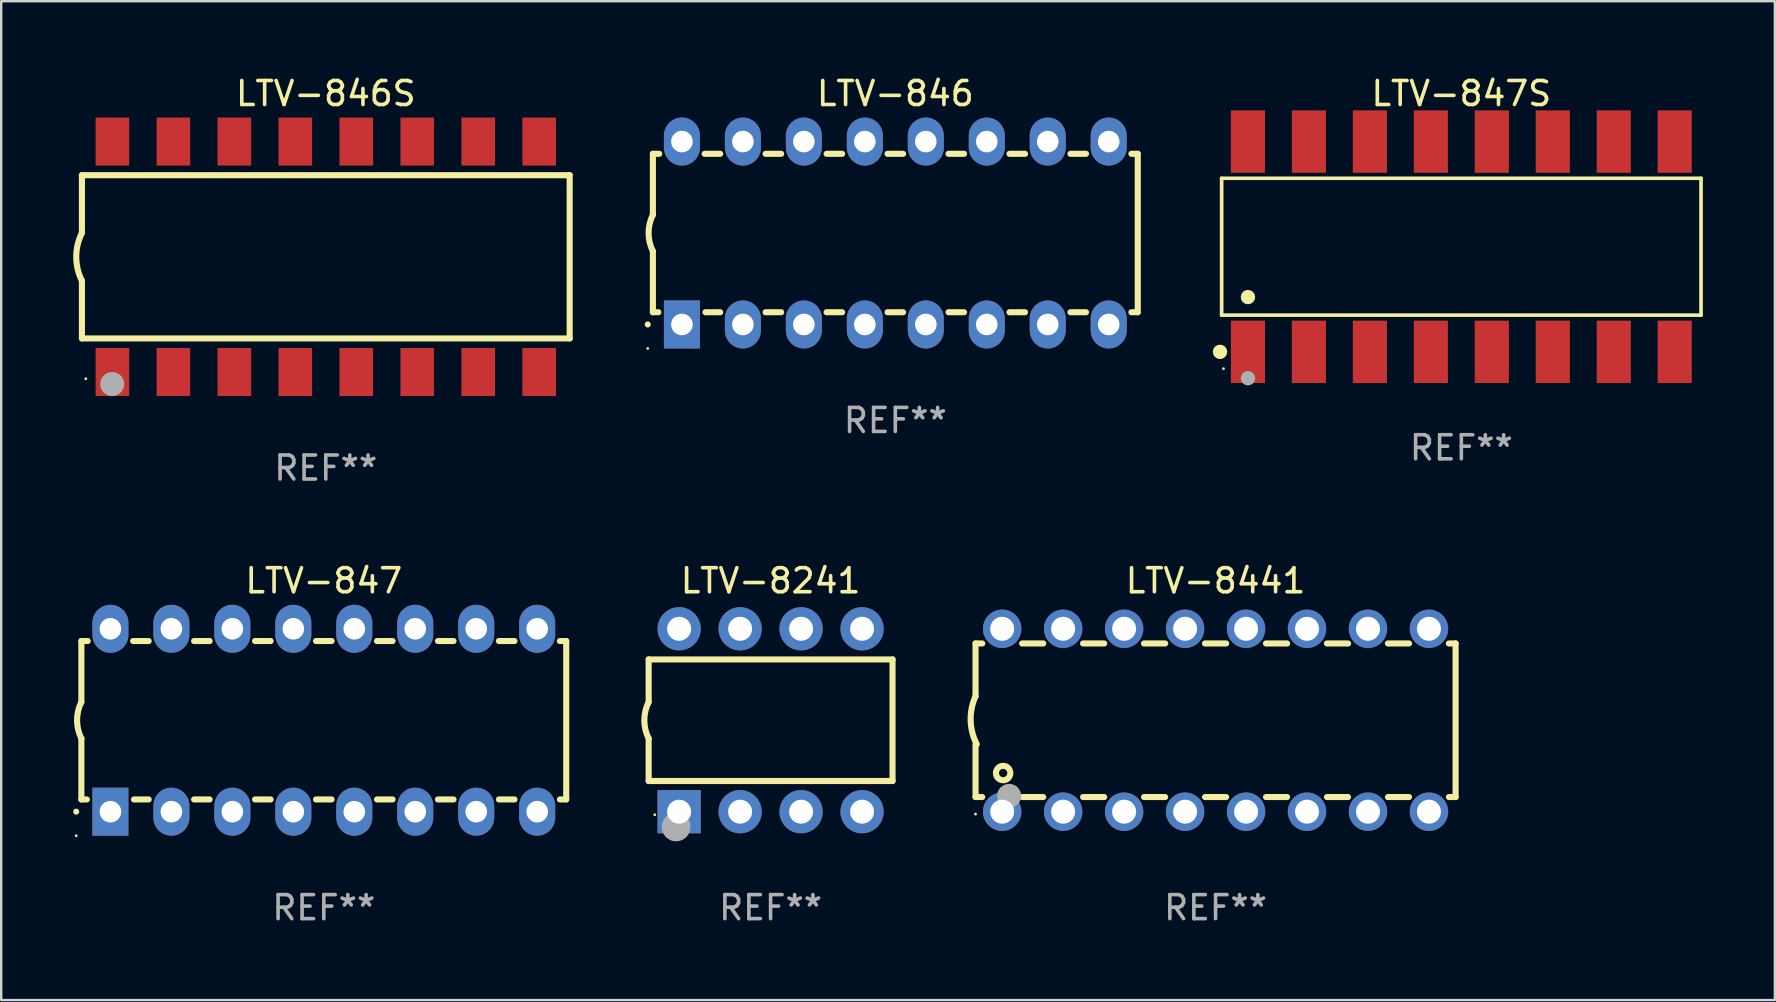
<source format=kicad_pcb>
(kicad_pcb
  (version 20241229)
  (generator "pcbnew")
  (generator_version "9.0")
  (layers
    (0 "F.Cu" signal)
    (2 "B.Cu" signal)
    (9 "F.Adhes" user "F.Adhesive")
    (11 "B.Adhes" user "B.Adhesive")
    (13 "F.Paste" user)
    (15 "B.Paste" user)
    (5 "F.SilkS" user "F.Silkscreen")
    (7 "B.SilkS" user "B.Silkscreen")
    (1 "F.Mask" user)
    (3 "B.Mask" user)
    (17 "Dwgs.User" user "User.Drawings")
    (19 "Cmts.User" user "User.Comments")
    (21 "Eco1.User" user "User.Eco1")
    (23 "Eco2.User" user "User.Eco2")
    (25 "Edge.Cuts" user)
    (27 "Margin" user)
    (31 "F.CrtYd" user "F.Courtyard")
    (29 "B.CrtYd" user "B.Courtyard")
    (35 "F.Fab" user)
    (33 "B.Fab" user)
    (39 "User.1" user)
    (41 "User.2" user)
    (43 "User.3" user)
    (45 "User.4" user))
  (footprint "LTV-8241"
    (layer "F.Cu")
    (at 29.054 26.956)
    (property "Reference" "LTV-8241" (at 0 -5.81 0) (layer "F.SilkS") (effects (font (size 1 1) (thickness 0.15))))
    (attr through_hole)
    (fp_line (start -5.08 -2.534) (end 5.08 -2.534) (stroke (width 0.254) (type solid)) (layer "F.SilkS"))
    (fp_line (start -5.08 -0.762) (end -5.08 -2.534) (stroke (width 0.254) (type solid)) (layer "F.SilkS"))
    (fp_line (start -5.08 2.531) (end -5.08 0.762) (stroke (width 0.254) (type solid)) (layer "F.SilkS"))
    (fp_line (start -5.08 2.531) (end 5.08 2.531) (stroke (width 0.254) (type solid)) (layer "F.SilkS"))
    (fp_line (start 5.08 2.531) (end 5.08 -2.534) (stroke (width 0.254) (type solid)) (layer "F.SilkS"))
    (fp_arc (start -5.08001 0.762001) (mid -5.259894 0) (end -5.08001 -0.762002) (stroke (width 0.254001) (type solid)) (layer "F.SilkS"))
    (fp_circle (center -4.826 3.937) (end -4.796 3.937) (stroke (width 0.06) (type solid)) (fill no) (layer "F.SilkS"))
    (fp_circle (center -3.937 4.445) (end -3.637 4.445) (stroke (width 0.6) (type solid)) (fill no) (layer "F.Fab"))
    (fp_text user "REF**" (at 0 7.81 0) (layer "F.Fab") (effects (font (size 1 1) (thickness 0.15))))
    (pad "1" thru_hole rect (at -3.81 3.81) (size 1.8 1.8) (drill 1) (layers "*.Cu" "*.Mask"))
    (pad "2" thru_hole circle (at -1.27 3.81) (size 1.8 1.8) (drill 1) (layers "*.Cu" "*.Mask"))
    (pad "3" thru_hole circle (at 1.27 3.81) (size 1.8 1.8) (drill 1) (layers "*.Cu" "*.Mask"))
    (pad "4" thru_hole circle (at 3.81 3.81) (size 1.8 1.8) (drill 1) (layers "*.Cu" "*.Mask"))
    (pad "5" thru_hole circle (at 3.81 -3.81) (size 1.8 1.8) (drill 1) (layers "*.Cu" "*.Mask"))
    (pad "6" thru_hole circle (at 1.27 -3.81) (size 1.8 1.8) (drill 1) (layers "*.Cu" "*.Mask"))
    (pad "7" thru_hole circle (at -1.27 -3.81) (size 1.8 1.8) (drill 1) (layers "*.Cu" "*.Mask"))
    (pad "8" thru_hole circle (at -3.81 -3.81) (size 1.8 1.8) (drill 1) (layers "*.Cu" "*.Mask")))
  (footprint "LTV-8441"
    (layer "F.Cu")
    (at 47.592 26.956)
    (property "Reference" "LTV-8441" (at 0 -5.81 0) (layer "F.SilkS") (effects (font (size 1 1) (thickness 0.15))))
    (attr through_hole)
    (fp_line (start -10 -3.198) (end -9.719 -3.198) (stroke (width 0.254) (type solid)) (layer "F.SilkS"))
    (fp_line (start -10 -0.998) (end -10 -3.198) (stroke (width 0.254) (type solid)) (layer "F.SilkS"))
    (fp_line (start -10 3.2) (end -10 1) (stroke (width 0.254) (type solid)) (layer "F.SilkS"))
    (fp_line (start -10 3.2) (end -9.721 3.2) (stroke (width 0.254) (type solid)) (layer "F.SilkS"))
    (fp_line (start -8.061 -3.198) (end -7.179 -3.198) (stroke (width 0.254) (type solid)) (layer "F.SilkS"))
    (fp_line (start -8.059 3.2) (end -7.181 3.2) (stroke (width 0.254) (type solid)) (layer "F.SilkS"))
    (fp_line (start -5.521 -3.198) (end -4.639 -3.198) (stroke (width 0.254) (type solid)) (layer "F.SilkS"))
    (fp_line (start -5.519 3.2) (end -4.641 3.2) (stroke (width 0.254) (type solid)) (layer "F.SilkS"))
    (fp_line (start -2.981 -3.198) (end -2.099 -3.198) (stroke (width 0.254) (type solid)) (layer "F.SilkS"))
    (fp_line (start -2.979 3.2) (end -2.101 3.2) (stroke (width 0.254) (type solid)) (layer "F.SilkS"))
    (fp_line (start -0.441 -3.198) (end 0.441 -3.198) (stroke (width 0.254) (type solid)) (layer "F.SilkS"))
    (fp_line (start -0.439 3.2) (end 0.439 3.2) (stroke (width 0.254) (type solid)) (layer "F.SilkS"))
    (fp_line (start 2.099 -3.198) (end 2.981 -3.198) (stroke (width 0.254) (type solid)) (layer "F.SilkS"))
    (fp_line (start 2.101 3.2) (end 2.979 3.2) (stroke (width 0.254) (type solid)) (layer "F.SilkS"))
    (fp_line (start 4.639 -3.198) (end 5.521 -3.198) (stroke (width 0.254) (type solid)) (layer "F.SilkS"))
    (fp_line (start 4.641 3.2) (end 5.519 3.2) (stroke (width 0.254) (type solid)) (layer "F.SilkS"))
    (fp_line (start 7.179 -3.198) (end 8.061 -3.198) (stroke (width 0.254) (type solid)) (layer "F.SilkS"))
    (fp_line (start 7.181 3.2) (end 8.059 3.2) (stroke (width 0.254) (type solid)) (layer "F.SilkS"))
    (fp_line (start 9.719 -3.198) (end 10 -3.198) (stroke (width 0.254) (type solid)) (layer "F.SilkS"))
    (fp_line (start 9.721 3.2) (end 10 3.2) (stroke (width 0.254) (type solid)) (layer "F.SilkS"))
    (fp_line (start 10 3.2) (end 10 -3.2) (stroke (width 0.254) (type solid)) (layer "F.SilkS"))
    (fp_arc (start -9.949962 1) (mid -10.203153 0.005709) (end -10 -1) (stroke (width 0.254001) (type solid)) (layer "F.SilkS"))
    (fp_circle (center -10 3.91) (end -9.97 3.91) (stroke (width 0.06) (type solid)) (fill no) (layer "F.SilkS"))
    (fp_circle (center -8.85 2.2) (end -8.55 2.2) (stroke (width 0.254) (type solid)) (fill no) (layer "F.SilkS"))
    (fp_circle (center -8.6 3.15) (end -8.35 3.15) (stroke (width 0.5) (type solid)) (fill no) (layer "F.Fab"))
    (fp_text user "REF**" (at 0 7.81 0) (layer "F.Fab") (effects (font (size 1 1) (thickness 0.15))))
    (pad "1" thru_hole circle (at -8.89 3.81) (size 1.6 1.6) (drill 1) (layers "*.Cu" "*.Mask"))
    (pad "2" thru_hole circle (at -6.35 3.81) (size 1.6 1.6) (drill 1) (layers "*.Cu" "*.Mask"))
    (pad "3" thru_hole circle (at -3.81 3.81) (size 1.6 1.6) (drill 1) (layers "*.Cu" "*.Mask"))
    (pad "4" thru_hole circle (at -1.27 3.81) (size 1.6 1.6) (drill 1) (layers "*.Cu" "*.Mask"))
    (pad "5" thru_hole circle (at 1.27 3.81) (size 1.6 1.6) (drill 1) (layers "*.Cu" "*.Mask"))
    (pad "6" thru_hole circle (at 3.81 3.81) (size 1.6 1.6) (drill 1) (layers "*.Cu" "*.Mask"))
    (pad "7" thru_hole circle (at 6.35 3.81) (size 1.6 1.6) (drill 1) (layers "*.Cu" "*.Mask"))
    (pad "8" thru_hole circle (at 8.89 3.81) (size 1.6 1.6) (drill 1) (layers "*.Cu" "*.Mask"))
    (pad "9" thru_hole circle (at 8.89 -3.81) (size 1.6 1.6) (drill 1) (layers "*.Cu" "*.Mask"))
    (pad "10" thru_hole circle (at 6.35 -3.81) (size 1.6 1.6) (drill 1) (layers "*.Cu" "*.Mask"))
    (pad "11" thru_hole circle (at 3.81 -3.81) (size 1.6 1.6) (drill 1) (layers "*.Cu" "*.Mask"))
    (pad "12" thru_hole circle (at 1.27 -3.81) (size 1.6 1.6) (drill 1) (layers "*.Cu" "*.Mask"))
    (pad "13" thru_hole circle (at -1.27 -3.81) (size 1.6 1.6) (drill 1) (layers "*.Cu" "*.Mask"))
    (pad "14" thru_hole circle (at -3.81 -3.81) (size 1.6 1.6) (drill 1) (layers "*.Cu" "*.Mask"))
    (pad "15" thru_hole circle (at -6.35 -3.81) (size 1.6 1.6) (drill 1) (layers "*.Cu" "*.Mask"))
    (pad "16" thru_hole circle (at -8.89 -3.81) (size 1.6 1.6) (drill 1) (layers "*.Cu" "*.Mask")))
  (footprint "LTV-847S"
    (layer "F.Cu")
    (at 57.831 7.228)
    (property "Reference" "LTV-847S" (at 0 -6.38 0) (layer "F.SilkS") (effects (font (size 1 1) (thickness 0.15))))
    (attr through_hole)
    (fp_line (start -9.986 -2.851) (end 9.986 -2.851) (stroke (width 0.152) (type solid)) (layer "F.SilkS"))
    (fp_line (start -9.986 2.851) (end -9.986 -2.851) (stroke (width 0.152) (type solid)) (layer "F.SilkS"))
    (fp_line (start 9.986 -2.851) (end 9.986 2.851) (stroke (width 0.152) (type solid)) (layer "F.SilkS"))
    (fp_line (start 9.986 2.851) (end -9.986 2.851) (stroke (width 0.152) (type solid)) (layer "F.SilkS"))
    (fp_circle (center -10.054 4.38) (end -9.903 4.38) (stroke (width 0.3) (type solid)) (fill no) (layer "F.SilkS"))
    (fp_circle (center -9.91 5.08) (end -9.88 5.08) (stroke (width 0.06) (type solid)) (fill no) (layer "F.SilkS"))
    (fp_circle (center -8.89 2.099) (end -8.74 2.099) (stroke (width 0.3) (type solid)) (fill no) (layer "F.SilkS"))
    (fp_circle (center -8.89 5.48) (end -8.74 5.48) (stroke (width 0.3) (type solid)) (fill no) (layer "F.Fab"))
    (fp_text user "REF**" (at 0 8.38 0) (layer "F.Fab") (effects (font (size 1 1) (thickness 0.15))))
    (pad "1" smd rect (at -8.89 4.38) (size 1.422 2.6) (layers "F.Cu" "F.Mask" "F.Paste"))
    (pad "2" smd rect (at -6.35 4.38) (size 1.422 2.6) (layers "F.Cu" "F.Mask" "F.Paste"))
    (pad "3" smd rect (at -3.81 4.38) (size 1.422 2.6) (layers "F.Cu" "F.Mask" "F.Paste"))
    (pad "4" smd rect (at -1.27 4.38) (size 1.422 2.6) (layers "F.Cu" "F.Mask" "F.Paste"))
    (pad "5" smd rect (at 1.27 4.38) (size 1.422 2.6) (layers "F.Cu" "F.Mask" "F.Paste"))
    (pad "6" smd rect (at 3.81 4.38) (size 1.422 2.6) (layers "F.Cu" "F.Mask" "F.Paste"))
    (pad "7" smd rect (at 6.35 4.38) (size 1.422 2.6) (layers "F.Cu" "F.Mask" "F.Paste"))
    (pad "8" smd rect (at 8.89 4.38) (size 1.422 2.6) (layers "F.Cu" "F.Mask" "F.Paste"))
    (pad "9" smd rect (at 8.89 -4.38) (size 1.422 2.6) (layers "F.Cu" "F.Mask" "F.Paste"))
    (pad "10" smd rect (at 6.35 -4.38) (size 1.422 2.6) (layers "F.Cu" "F.Mask" "F.Paste"))
    (pad "11" smd rect (at 3.81 -4.38) (size 1.422 2.6) (layers "F.Cu" "F.Mask" "F.Paste"))
    (pad "12" smd rect (at 1.27 -4.38) (size 1.422 2.6) (layers "F.Cu" "F.Mask" "F.Paste"))
    (pad "13" smd rect (at -1.27 -4.38) (size 1.422 2.6) (layers "F.Cu" "F.Mask" "F.Paste"))
    (pad "14" smd rect (at -3.81 -4.38) (size 1.422 2.6) (layers "F.Cu" "F.Mask" "F.Paste"))
    (pad "15" smd rect (at -6.35 -4.38) (size 1.422 2.6) (layers "F.Cu" "F.Mask" "F.Paste"))
    (pad "16" smd rect (at -8.89 -4.38) (size 1.422 2.6) (layers "F.Cu" "F.Mask" "F.Paste")))
  (footprint "LTV-846S"
    (layer "F.Cu")
    (at 10.523 7.649)
    (property "Reference" "LTV-846S" (at 0 -6.801 0) (layer "F.SilkS") (effects (font (size 1 1) (thickness 0.15))))
    (attr through_hole)
    (fp_line (start -10.16 -3.4) (end -10.16 -1) (stroke (width 0.254) (type solid)) (layer "F.SilkS"))
    (fp_line (start -10.16 3.4) (end -10.16 1) (stroke (width 0.254) (type solid)) (layer "F.SilkS"))
    (fp_line (start 10.16 -3.4) (end -10.16 -3.4) (stroke (width 0.254) (type solid)) (layer "F.SilkS"))
    (fp_line (start 10.16 -3.4) (end 10.16 3.4) (stroke (width 0.254) (type solid)) (layer "F.SilkS"))
    (fp_line (start 10.16 3.4) (end -10.16 3.4) (stroke (width 0.254) (type solid)) (layer "F.SilkS"))
    (fp_arc (start -10.16002 1.000762) (mid -10.396178 0.000381) (end -10.16002 -1) (stroke (width 0.254001) (type solid)) (layer "F.SilkS"))
    (fp_circle (center -10 5.08) (end -9.97 5.08) (stroke (width 0.06) (type solid)) (fill no) (layer "F.SilkS"))
    (fp_circle (center -8.9 5.3) (end -8.65 5.3) (stroke (width 0.5) (type solid)) (fill no) (layer "F.Fab"))
    (fp_text user "REF**" (at 0 8.801 0) (layer "F.Fab") (effects (font (size 1 1) (thickness 0.15))))
    (pad "1" smd rect (at -8.89 4.801 180) (size 1.4 2) (layers "F.Cu" "F.Mask" "F.Paste"))
    (pad "2" smd rect (at -6.35 4.801 180) (size 1.4 2) (layers "F.Cu" "F.Mask" "F.Paste"))
    (pad "3" smd rect (at -3.81 4.801 180) (size 1.4 2) (layers "F.Cu" "F.Mask" "F.Paste"))
    (pad "4" smd rect (at -1.27 4.801 180) (size 1.4 2) (layers "F.Cu" "F.Mask" "F.Paste"))
    (pad "5" smd rect (at 1.27 4.801 180) (size 1.4 2) (layers "F.Cu" "F.Mask" "F.Paste"))
    (pad "6" smd rect (at 3.81 4.801 180) (size 1.4 2) (layers "F.Cu" "F.Mask" "F.Paste"))
    (pad "7" smd rect (at 6.35 4.801 180) (size 1.4 2) (layers "F.Cu" "F.Mask" "F.Paste"))
    (pad "8" smd rect (at 8.89 4.801 180) (size 1.4 2) (layers "F.Cu" "F.Mask" "F.Paste"))
    (pad "9" smd rect (at 8.89 -4.801 180) (size 1.4 2) (layers "F.Cu" "F.Mask" "F.Paste"))
    (pad "10" smd rect (at 6.35 -4.801 180) (size 1.4 2) (layers "F.Cu" "F.Mask" "F.Paste"))
    (pad "11" smd rect (at 3.81 -4.801 180) (size 1.4 2) (layers "F.Cu" "F.Mask" "F.Paste"))
    (pad "12" smd rect (at 1.27 -4.801 180) (size 1.4 2) (layers "F.Cu" "F.Mask" "F.Paste"))
    (pad "13" smd rect (at -1.27 -4.801 180) (size 1.4 2) (layers "F.Cu" "F.Mask" "F.Paste"))
    (pad "14" smd rect (at -3.81 -4.801 180) (size 1.4 2) (layers "F.Cu" "F.Mask" "F.Paste"))
    (pad "15" smd rect (at -6.35 -4.801 180) (size 1.4 2) (layers "F.Cu" "F.Mask" "F.Paste"))
    (pad "16" smd rect (at -8.89 -4.801 180) (size 1.4 2) (layers "F.Cu" "F.Mask" "F.Paste")))
  (footprint "LTV-846"
    (layer "F.Cu")
    (at 34.25 6.658)
    (property "Reference" "LTV-846" (at 0 -5.81 0) (layer "F.SilkS") (effects (font (size 1 1) (thickness 0.15))))
    (attr through_hole)
    (fp_line (start -10.1 -3.3) (end -10.1 -0.762) (stroke (width 0.254) (type solid)) (layer "F.SilkS"))
    (fp_line (start -10.1 -3.3) (end -9.836 -3.3) (stroke (width 0.254) (type solid)) (layer "F.SilkS"))
    (fp_line (start -10.1 3.3) (end -10.1 0.762) (stroke (width 0.254) (type solid)) (layer "F.SilkS"))
    (fp_line (start -9.871 3.3) (end -10.1 3.3) (stroke (width 0.254) (type solid)) (layer "F.SilkS"))
    (fp_line (start -7.944 -3.3) (end -7.296 -3.3) (stroke (width 0.254) (type solid)) (layer "F.SilkS"))
    (fp_line (start -7.296 3.3) (end -7.909 3.3) (stroke (width 0.254) (type solid)) (layer "F.SilkS"))
    (fp_line (start -5.404 -3.3) (end -4.756 -3.3) (stroke (width 0.254) (type solid)) (layer "F.SilkS"))
    (fp_line (start -4.756 3.3) (end -5.404 3.3) (stroke (width 0.254) (type solid)) (layer "F.SilkS"))
    (fp_line (start -2.864 -3.3) (end -2.216 -3.3) (stroke (width 0.254) (type solid)) (layer "F.SilkS"))
    (fp_line (start -2.216 3.3) (end -2.864 3.3) (stroke (width 0.254) (type solid)) (layer "F.SilkS"))
    (fp_line (start -0.324 -3.3) (end 0.324 -3.3) (stroke (width 0.254) (type solid)) (layer "F.SilkS"))
    (fp_line (start 0.324 3.3) (end -0.324 3.3) (stroke (width 0.254) (type solid)) (layer "F.SilkS"))
    (fp_line (start 2.216 -3.3) (end 2.864 -3.3) (stroke (width 0.254) (type solid)) (layer "F.SilkS"))
    (fp_line (start 2.864 3.3) (end 2.216 3.3) (stroke (width 0.254) (type solid)) (layer "F.SilkS"))
    (fp_line (start 4.756 -3.3) (end 5.404 -3.3) (stroke (width 0.254) (type solid)) (layer "F.SilkS"))
    (fp_line (start 5.404 3.3) (end 4.756 3.3) (stroke (width 0.254) (type solid)) (layer "F.SilkS"))
    (fp_line (start 7.296 -3.3) (end 7.944 -3.3) (stroke (width 0.254) (type solid)) (layer "F.SilkS"))
    (fp_line (start 7.944 3.3) (end 7.296 3.3) (stroke (width 0.254) (type solid)) (layer "F.SilkS"))
    (fp_line (start 9.836 -3.3) (end 10.1 -3.3) (stroke (width 0.254) (type solid)) (layer "F.SilkS"))
    (fp_line (start 10.1 3.3) (end 9.836 3.3) (stroke (width 0.254) (type solid)) (layer "F.SilkS"))
    (fp_line (start 10.1 3.3) (end 10.1 -3.3) (stroke (width 0.254) (type solid)) (layer "F.SilkS"))
    (fp_arc (start -10.314948 3.810008) (mid -10.314955 3.808738) (end -10.314948 3.807468) (stroke (width 0.25) (type solid)) (layer "F.SilkS"))
    (fp_arc (start -10.099048 0.762001) (mid -10.279271 0.000116) (end -10.100038 -0.762002) (stroke (width 0.254001) (type solid)) (layer "F.SilkS"))
    (fp_circle (center -10.315 4.81) (end -10.285 4.81) (stroke (width 0.06) (type solid)) (fill no) (layer "F.SilkS"))
    (fp_text user "REF**" (at 0 7.81 0) (layer "F.Fab") (effects (font (size 1 1) (thickness 0.15))))
    (pad "1" thru_hole rect (at -8.89 3.81 90) (size 2 1.5) (drill 0.9) (layers "*.Cu" "*.Mask"))
    (pad "2" thru_hole oval (at -6.35 3.81 90) (size 2 1.5) (drill 0.9) (layers "*.Cu" "*.Mask"))
    (pad "3" thru_hole oval (at -3.81 3.81 90) (size 2 1.5) (drill 0.9) (layers "*.Cu" "*.Mask"))
    (pad "4" thru_hole oval (at -1.27 3.81 90) (size 2 1.5) (drill 0.9) (layers "*.Cu" "*.Mask"))
    (pad "5" thru_hole oval (at 1.27 3.81 90) (size 2 1.5) (drill 0.9) (layers "*.Cu" "*.Mask"))
    (pad "6" thru_hole oval (at 3.81 3.81 90) (size 2 1.5) (drill 0.9) (layers "*.Cu" "*.Mask"))
    (pad "7" thru_hole oval (at 6.35 3.81 90) (size 2 1.5) (drill 0.9) (layers "*.Cu" "*.Mask"))
    (pad "8" thru_hole oval (at 8.89 3.81 90) (size 2 1.5) (drill 0.9) (layers "*.Cu" "*.Mask"))
    (pad "9" thru_hole oval (at 8.89 -3.81 90) (size 2 1.5) (drill 0.9) (layers "*.Cu" "*.Mask"))
    (pad "10" thru_hole oval (at 6.35 -3.81 90) (size 2 1.5) (drill 0.9) (layers "*.Cu" "*.Mask"))
    (pad "11" thru_hole oval (at 3.81 -3.81 90) (size 2 1.5) (drill 0.9) (layers "*.Cu" "*.Mask"))
    (pad "12" thru_hole oval (at 1.27 -3.81 90) (size 2 1.5) (drill 0.9) (layers "*.Cu" "*.Mask"))
    (pad "13" thru_hole oval (at -1.27 -3.81 90) (size 2 1.5) (drill 0.9) (layers "*.Cu" "*.Mask"))
    (pad "14" thru_hole oval (at -3.81 -3.81 90) (size 2 1.5) (drill 0.9) (layers "*.Cu" "*.Mask"))
    (pad "15" thru_hole oval (at -6.35 -3.81 90) (size 2 1.5) (drill 0.9) (layers "*.Cu" "*.Mask"))
    (pad "16" thru_hole oval (at -8.89 -3.81 90) (size 2 1.5) (drill 0.9) (layers "*.Cu" "*.Mask")))
  (footprint "LTV-847"
    (layer "F.Cu")
    (at 10.44 26.956)
    (property "Reference" "LTV-847" (at 0 -5.81 0) (layer "F.SilkS") (effects (font (size 1 1) (thickness 0.15))))
    (attr through_hole)
    (fp_line (start -10.1 -3.3) (end -10.1 -0.762) (stroke (width 0.254) (type solid)) (layer "F.SilkS"))
    (fp_line (start -10.1 -3.3) (end -9.836 -3.3) (stroke (width 0.254) (type solid)) (layer "F.SilkS"))
    (fp_line (start -10.1 3.3) (end -10.1 0.762) (stroke (width 0.254) (type solid)) (layer "F.SilkS"))
    (fp_line (start -9.871 3.3) (end -10.1 3.3) (stroke (width 0.254) (type solid)) (layer "F.SilkS"))
    (fp_line (start -7.944 -3.3) (end -7.296 -3.3) (stroke (width 0.254) (type solid)) (layer "F.SilkS"))
    (fp_line (start -7.296 3.3) (end -7.909 3.3) (stroke (width 0.254) (type solid)) (layer "F.SilkS"))
    (fp_line (start -5.404 -3.3) (end -4.756 -3.3) (stroke (width 0.254) (type solid)) (layer "F.SilkS"))
    (fp_line (start -4.756 3.3) (end -5.404 3.3) (stroke (width 0.254) (type solid)) (layer "F.SilkS"))
    (fp_line (start -2.864 -3.3) (end -2.216 -3.3) (stroke (width 0.254) (type solid)) (layer "F.SilkS"))
    (fp_line (start -2.216 3.3) (end -2.864 3.3) (stroke (width 0.254) (type solid)) (layer "F.SilkS"))
    (fp_line (start -0.324 -3.3) (end 0.324 -3.3) (stroke (width 0.254) (type solid)) (layer "F.SilkS"))
    (fp_line (start 0.324 3.3) (end -0.324 3.3) (stroke (width 0.254) (type solid)) (layer "F.SilkS"))
    (fp_line (start 2.216 -3.3) (end 2.864 -3.3) (stroke (width 0.254) (type solid)) (layer "F.SilkS"))
    (fp_line (start 2.864 3.3) (end 2.216 3.3) (stroke (width 0.254) (type solid)) (layer "F.SilkS"))
    (fp_line (start 4.756 -3.3) (end 5.404 -3.3) (stroke (width 0.254) (type solid)) (layer "F.SilkS"))
    (fp_line (start 5.404 3.3) (end 4.756 3.3) (stroke (width 0.254) (type solid)) (layer "F.SilkS"))
    (fp_line (start 7.296 -3.3) (end 7.944 -3.3) (stroke (width 0.254) (type solid)) (layer "F.SilkS"))
    (fp_line (start 7.944 3.3) (end 7.296 3.3) (stroke (width 0.254) (type solid)) (layer "F.SilkS"))
    (fp_line (start 9.836 -3.3) (end 10.1 -3.3) (stroke (width 0.254) (type solid)) (layer "F.SilkS"))
    (fp_line (start 10.1 3.3) (end 9.836 3.3) (stroke (width 0.254) (type solid)) (layer "F.SilkS"))
    (fp_line (start 10.1 3.3) (end 10.1 -3.3) (stroke (width 0.254) (type solid)) (layer "F.SilkS"))
    (fp_arc (start -10.314948 3.810008) (mid -10.314955 3.808738) (end -10.314948 3.807468) (stroke (width 0.25) (type solid)) (layer "F.SilkS"))
    (fp_arc (start -10.099048 0.762001) (mid -10.279271 0.000116) (end -10.100038 -0.762002) (stroke (width 0.254001) (type solid)) (layer "F.SilkS"))
    (fp_circle (center -10.315 4.81) (end -10.285 4.81) (stroke (width 0.06) (type solid)) (fill no) (layer "F.SilkS"))
    (fp_text user "REF**" (at 0 7.81 0) (layer "F.Fab") (effects (font (size 1 1) (thickness 0.15))))
    (pad "1" thru_hole rect (at -8.89 3.81 90) (size 2 1.5) (drill 0.9) (layers "*.Cu" "*.Mask"))
    (pad "2" thru_hole oval (at -6.35 3.81 90) (size 2 1.5) (drill 0.9) (layers "*.Cu" "*.Mask"))
    (pad "3" thru_hole oval (at -3.81 3.81 90) (size 2 1.5) (drill 0.9) (layers "*.Cu" "*.Mask"))
    (pad "4" thru_hole oval (at -1.27 3.81 90) (size 2 1.5) (drill 0.9) (layers "*.Cu" "*.Mask"))
    (pad "5" thru_hole oval (at 1.27 3.81 90) (size 2 1.5) (drill 0.9) (layers "*.Cu" "*.Mask"))
    (pad "6" thru_hole oval (at 3.81 3.81 90) (size 2 1.5) (drill 0.9) (layers "*.Cu" "*.Mask"))
    (pad "7" thru_hole oval (at 6.35 3.81 90) (size 2 1.5) (drill 0.9) (layers "*.Cu" "*.Mask"))
    (pad "8" thru_hole oval (at 8.89 3.81 90) (size 2 1.5) (drill 0.9) (layers "*.Cu" "*.Mask"))
    (pad "9" thru_hole oval (at 8.89 -3.81 90) (size 2 1.5) (drill 0.9) (layers "*.Cu" "*.Mask"))
    (pad "10" thru_hole oval (at 6.35 -3.81 90) (size 2 1.5) (drill 0.9) (layers "*.Cu" "*.Mask"))
    (pad "11" thru_hole oval (at 3.81 -3.81 90) (size 2 1.5) (drill 0.9) (layers "*.Cu" "*.Mask"))
    (pad "12" thru_hole oval (at 1.27 -3.81 90) (size 2 1.5) (drill 0.9) (layers "*.Cu" "*.Mask"))
    (pad "13" thru_hole oval (at -1.27 -3.81 90) (size 2 1.5) (drill 0.9) (layers "*.Cu" "*.Mask"))
    (pad "14" thru_hole oval (at -3.81 -3.81 90) (size 2 1.5) (drill 0.9) (layers "*.Cu" "*.Mask"))
    (pad "15" thru_hole oval (at -6.35 -3.81 90) (size 2 1.5) (drill 0.9) (layers "*.Cu" "*.Mask"))
    (pad "16" thru_hole oval (at -8.89 -3.81 90) (size 2 1.5) (drill 0.9) (layers "*.Cu" "*.Mask")))
  (gr_rect
    (start -3 -3)
    (end 70.893 38.614)
    (stroke (width 0.1) (type default))
    (fill no)
    (layer "Edge.Cuts")))
</source>
